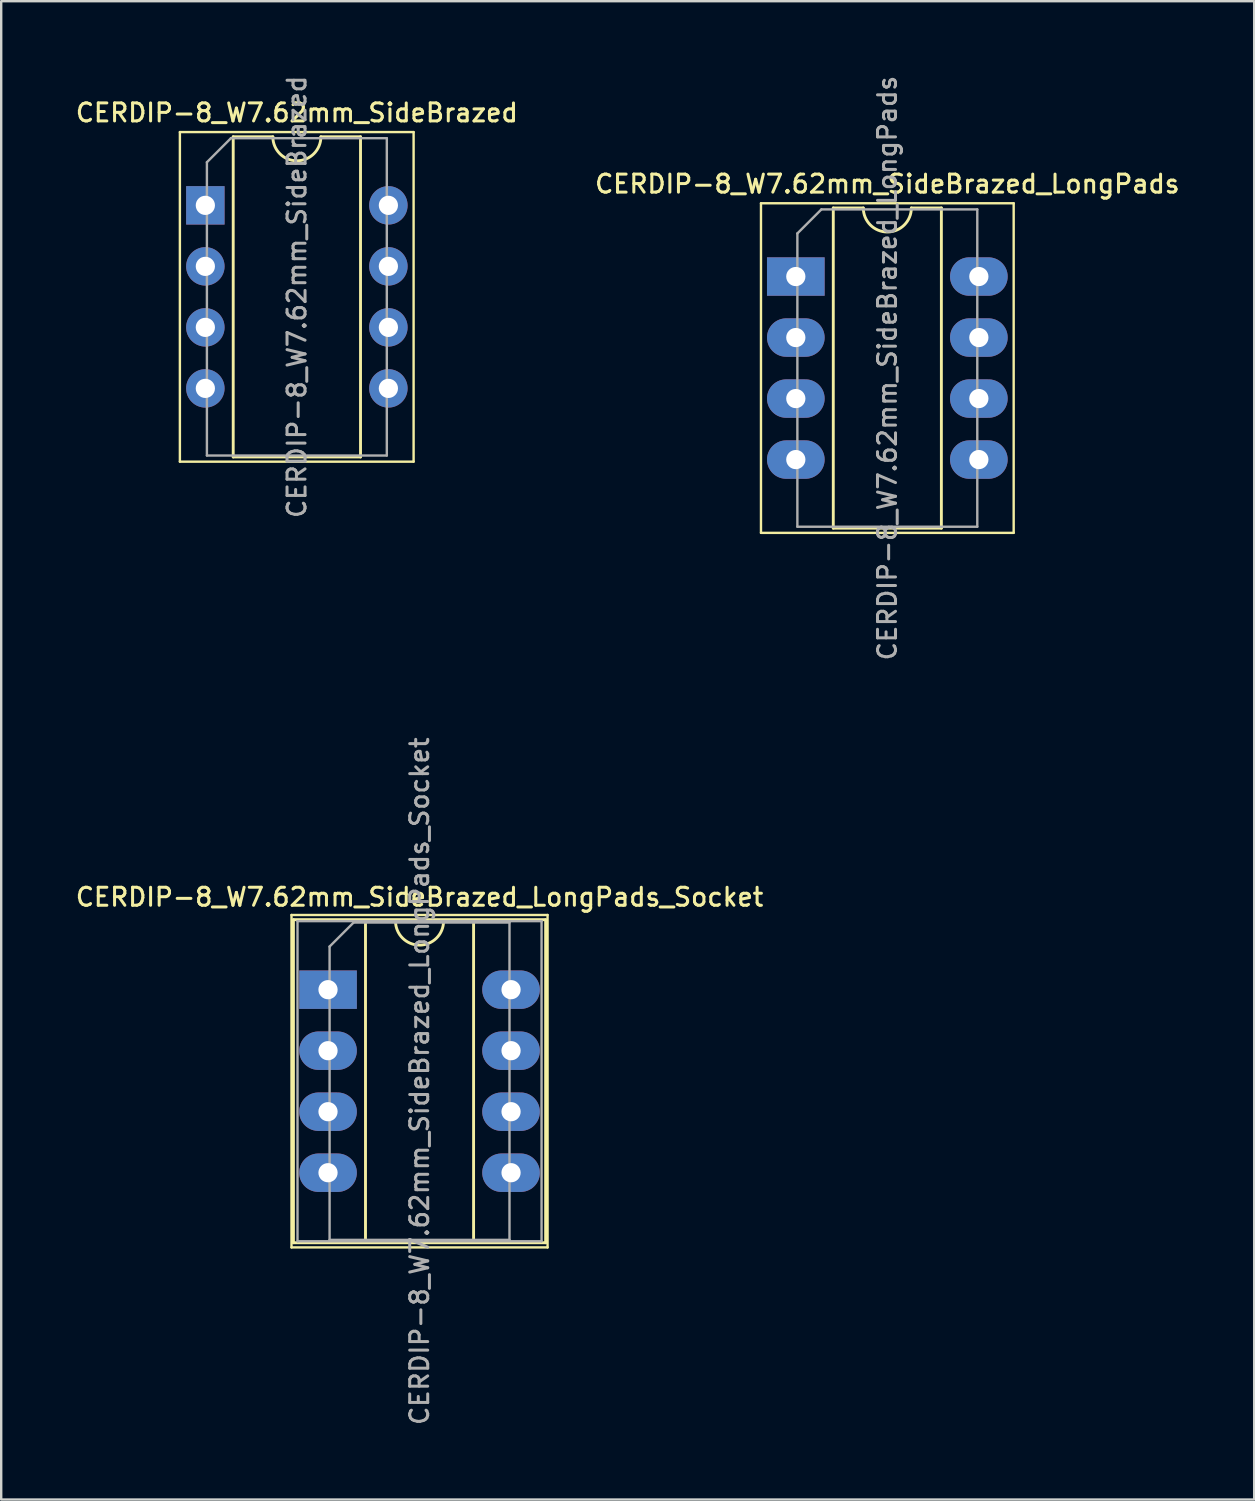
<source format=kicad_pcb>
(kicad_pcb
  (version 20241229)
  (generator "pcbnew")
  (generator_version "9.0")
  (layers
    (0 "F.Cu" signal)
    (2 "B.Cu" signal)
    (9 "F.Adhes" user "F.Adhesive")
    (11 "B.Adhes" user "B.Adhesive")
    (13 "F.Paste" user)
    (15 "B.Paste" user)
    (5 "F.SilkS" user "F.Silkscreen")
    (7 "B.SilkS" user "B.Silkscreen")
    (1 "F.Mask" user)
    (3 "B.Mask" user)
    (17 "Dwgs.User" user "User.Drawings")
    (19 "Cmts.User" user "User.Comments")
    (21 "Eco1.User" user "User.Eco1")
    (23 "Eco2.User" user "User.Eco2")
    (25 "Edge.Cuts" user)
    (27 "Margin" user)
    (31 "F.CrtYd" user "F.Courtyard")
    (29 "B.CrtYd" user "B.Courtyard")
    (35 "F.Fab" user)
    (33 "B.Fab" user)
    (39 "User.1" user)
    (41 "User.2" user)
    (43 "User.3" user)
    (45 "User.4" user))
  (footprint "CERDIP-8_W7.62mm_SideBrazed_LongPads_Socket"
    (layer "F.Cu")
    (at 10.606 38.152)
    (property "Reference" "CERDIP-8_W7.62mm_SideBrazed_LongPads_Socket" (at 3.81 -3.855 0) (layer "F.SilkS") (effects (font (size 0.75 0.75) (thickness 0.125))))
    (attr through_hole)
    (fp_line (start -1.52 -3.11) (end -1.52 10.73) (stroke (width 0.1) (type solid)) (layer "F.SilkS"))
    (fp_line (start -1.52 10.73) (end 9.14 10.73) (stroke (width 0.1) (type solid)) (layer "F.SilkS"))
    (fp_line (start -1.44 -2.915) (end -1.44 10.535) (stroke (width 0.12) (type solid)) (layer "F.SilkS"))
    (fp_line (start -1.44 10.535) (end 9.06 10.535) (stroke (width 0.12) (type solid)) (layer "F.SilkS"))
    (fp_line (start 1.56 -2.855) (end 1.56 10.475) (stroke (width 0.12) (type solid)) (layer "F.SilkS"))
    (fp_line (start 1.56 10.475) (end 6.06 10.475) (stroke (width 0.12) (type solid)) (layer "F.SilkS"))
    (fp_line (start 2.81 -2.855) (end 1.56 -2.855) (stroke (width 0.12) (type solid)) (layer "F.SilkS"))
    (fp_line (start 6.06 -2.855) (end 4.81 -2.855) (stroke (width 0.12) (type solid)) (layer "F.SilkS"))
    (fp_line (start 6.06 10.475) (end 6.06 -2.855) (stroke (width 0.12) (type solid)) (layer "F.SilkS"))
    (fp_line (start 9.06 -2.915) (end -1.44 -2.915) (stroke (width 0.12) (type solid)) (layer "F.SilkS"))
    (fp_line (start 9.06 10.535) (end 9.06 -2.915) (stroke (width 0.12) (type solid)) (layer "F.SilkS"))
    (fp_line (start 9.14 -3.11) (end -1.52 -3.11) (stroke (width 0.1) (type solid)) (layer "F.SilkS"))
    (fp_line (start 9.14 10.73) (end 9.14 -3.11) (stroke (width 0.1) (type solid)) (layer "F.SilkS"))
    (fp_arc (start 4.81 -2.855) (mid 3.81 -1.855) (end 2.81 -2.855) (stroke (width 0.12) (type solid)) (layer "F.SilkS"))
    (fp_line (start -1.27 -2.855) (end -1.27 10.475) (stroke (width 0.1) (type solid)) (layer "F.Fab"))
    (fp_line (start -1.27 10.475) (end 8.89 10.475) (stroke (width 0.1) (type solid)) (layer "F.Fab"))
    (fp_line (start 0.065 -1.795) (end 1.065 -2.795) (stroke (width 0.1) (type solid)) (layer "F.Fab"))
    (fp_line (start 0.065 10.415) (end 0.065 -1.795) (stroke (width 0.1) (type solid)) (layer "F.Fab"))
    (fp_line (start 1.065 -2.795) (end 7.555 -2.795) (stroke (width 0.1) (type solid)) (layer "F.Fab"))
    (fp_line (start 7.555 -2.795) (end 7.555 10.415) (stroke (width 0.1) (type solid)) (layer "F.Fab"))
    (fp_line (start 7.555 10.415) (end 0.065 10.415) (stroke (width 0.1) (type solid)) (layer "F.Fab"))
    (fp_line (start 8.89 -2.855) (end -1.27 -2.855) (stroke (width 0.1) (type solid)) (layer "F.Fab"))
    (fp_line (start 8.89 10.475) (end 8.89 -2.855) (stroke (width 0.1) (type solid)) (layer "F.Fab"))
    (fp_text user "${REFERENCE}" (at 3.81 3.81 90) (layer "F.Fab") (effects (font (size 0.75 0.75) (thickness 0.125))))
    (pad "1" thru_hole rect (at 0 0) (size 2.4 1.6) (drill 0.8) (layers "*.Cu" "*.Mask"))
    (pad "2" thru_hole oval (at 0 2.54) (size 2.4 1.6) (drill 0.8) (layers "*.Cu" "*.Mask"))
    (pad "3" thru_hole oval (at 0 5.08) (size 2.4 1.6) (drill 0.8) (layers "*.Cu" "*.Mask"))
    (pad "4" thru_hole oval (at 0 7.62) (size 2.4 1.6) (drill 0.8) (layers "*.Cu" "*.Mask"))
    (pad "5" thru_hole oval (at 7.62 7.62) (size 2.4 1.6) (drill 0.8) (layers "*.Cu" "*.Mask"))
    (pad "6" thru_hole oval (at 7.62 5.08) (size 2.4 1.6) (drill 0.8) (layers "*.Cu" "*.Mask"))
    (pad "7" thru_hole oval (at 7.62 2.54) (size 2.4 1.6) (drill 0.8) (layers "*.Cu" "*.Mask"))
    (pad "8" thru_hole oval (at 7.62 0) (size 2.4 1.6) (drill 0.8) (layers "*.Cu" "*.Mask")))
  (footprint "CERDIP-8_W7.62mm_SideBrazed"
    (layer "F.Cu")
    (at 5.499 5.499)
    (property "Reference" "CERDIP-8_W7.62mm_SideBrazed" (at 3.81 -3.855 0) (layer "F.SilkS") (effects (font (size 0.75 0.75) (thickness 0.125))))
    (attr through_hole)
    (fp_line (start -1.06 -3.05) (end -1.06 10.67) (stroke (width 0.1) (type solid)) (layer "F.SilkS"))
    (fp_line (start -1.06 10.67) (end 8.67 10.67) (stroke (width 0.1) (type solid)) (layer "F.SilkS"))
    (fp_line (start 1.16 -2.855) (end 1.16 10.475) (stroke (width 0.12) (type solid)) (layer "F.SilkS"))
    (fp_line (start 1.16 10.475) (end 6.46 10.475) (stroke (width 0.12) (type solid)) (layer "F.SilkS"))
    (fp_line (start 2.81 -2.855) (end 1.16 -2.855) (stroke (width 0.12) (type solid)) (layer "F.SilkS"))
    (fp_line (start 6.46 -2.855) (end 4.81 -2.855) (stroke (width 0.12) (type solid)) (layer "F.SilkS"))
    (fp_line (start 6.46 10.475) (end 6.46 -2.855) (stroke (width 0.12) (type solid)) (layer "F.SilkS"))
    (fp_line (start 8.67 -3.05) (end -1.06 -3.05) (stroke (width 0.1) (type solid)) (layer "F.SilkS"))
    (fp_line (start 8.67 10.67) (end 8.67 -3.05) (stroke (width 0.1) (type solid)) (layer "F.SilkS"))
    (fp_arc (start 4.81 -2.855) (mid 3.81 -1.855) (end 2.81 -2.855) (stroke (width 0.12) (type solid)) (layer "F.SilkS"))
    (fp_line (start 0.065 -1.795) (end 1.065 -2.795) (stroke (width 0.1) (type solid)) (layer "F.Fab"))
    (fp_line (start 0.065 10.415) (end 0.065 -1.795) (stroke (width 0.1) (type solid)) (layer "F.Fab"))
    (fp_line (start 1.065 -2.795) (end 7.555 -2.795) (stroke (width 0.1) (type solid)) (layer "F.Fab"))
    (fp_line (start 7.555 -2.795) (end 7.555 10.415) (stroke (width 0.1) (type solid)) (layer "F.Fab"))
    (fp_line (start 7.555 10.415) (end 0.065 10.415) (stroke (width 0.1) (type solid)) (layer "F.Fab"))
    (fp_text user "${REFERENCE}" (at 3.81 3.81 90) (layer "F.Fab") (effects (font (size 0.75 0.75) (thickness 0.125))))
    (pad "1" thru_hole rect (at 0 0) (size 1.6 1.6) (drill 0.8) (layers "*.Cu" "*.Mask"))
    (pad "2" thru_hole circle (at 0 2.54) (size 1.6 1.6) (drill 0.8) (layers "*.Cu" "*.Mask"))
    (pad "3" thru_hole circle (at 0 5.08) (size 1.6 1.6) (drill 0.8) (layers "*.Cu" "*.Mask"))
    (pad "4" thru_hole circle (at 0 7.62) (size 1.6 1.6) (drill 0.8) (layers "*.Cu" "*.Mask"))
    (pad "5" thru_hole circle (at 7.62 7.62) (size 1.6 1.6) (drill 0.8) (layers "*.Cu" "*.Mask"))
    (pad "6" thru_hole circle (at 7.62 5.08) (size 1.6 1.6) (drill 0.8) (layers "*.Cu" "*.Mask"))
    (pad "7" thru_hole circle (at 7.62 2.54) (size 1.6 1.6) (drill 0.8) (layers "*.Cu" "*.Mask"))
    (pad "8" thru_hole circle (at 7.62 0) (size 1.6 1.6) (drill 0.8) (layers "*.Cu" "*.Mask")))
  (footprint "CERDIP-8_W7.62mm_SideBrazed_LongPads"
    (layer "F.Cu")
    (at 30.081 8.463)
    (property "Reference" "CERDIP-8_W7.62mm_SideBrazed_LongPads" (at 3.81 -3.855 0) (layer "F.SilkS") (effects (font (size 0.75 0.75) (thickness 0.125))))
    (attr through_hole)
    (fp_line (start -1.45 -3.05) (end -1.45 10.67) (stroke (width 0.1) (type solid)) (layer "F.SilkS"))
    (fp_line (start -1.45 10.67) (end 9.07 10.67) (stroke (width 0.1) (type solid)) (layer "F.SilkS"))
    (fp_line (start 1.56 -2.855) (end 1.56 10.475) (stroke (width 0.12) (type solid)) (layer "F.SilkS"))
    (fp_line (start 1.56 10.475) (end 6.06 10.475) (stroke (width 0.12) (type solid)) (layer "F.SilkS"))
    (fp_line (start 2.81 -2.855) (end 1.56 -2.855) (stroke (width 0.12) (type solid)) (layer "F.SilkS"))
    (fp_line (start 6.06 -2.855) (end 4.81 -2.855) (stroke (width 0.12) (type solid)) (layer "F.SilkS"))
    (fp_line (start 6.06 10.475) (end 6.06 -2.855) (stroke (width 0.12) (type solid)) (layer "F.SilkS"))
    (fp_line (start 9.07 -3.05) (end -1.45 -3.05) (stroke (width 0.1) (type solid)) (layer "F.SilkS"))
    (fp_line (start 9.07 10.67) (end 9.07 -3.05) (stroke (width 0.1) (type solid)) (layer "F.SilkS"))
    (fp_arc (start 4.81 -2.855) (mid 3.81 -1.855) (end 2.81 -2.855) (stroke (width 0.12) (type solid)) (layer "F.SilkS"))
    (fp_line (start 0.065 -1.795) (end 1.065 -2.795) (stroke (width 0.1) (type solid)) (layer "F.Fab"))
    (fp_line (start 0.065 10.415) (end 0.065 -1.795) (stroke (width 0.1) (type solid)) (layer "F.Fab"))
    (fp_line (start 1.065 -2.795) (end 7.555 -2.795) (stroke (width 0.1) (type solid)) (layer "F.Fab"))
    (fp_line (start 7.555 -2.795) (end 7.555 10.415) (stroke (width 0.1) (type solid)) (layer "F.Fab"))
    (fp_line (start 7.555 10.415) (end 0.065 10.415) (stroke (width 0.1) (type solid)) (layer "F.Fab"))
    (fp_text user "${REFERENCE}" (at 3.81 3.81 90) (layer "F.Fab") (effects (font (size 0.75 0.75) (thickness 0.125))))
    (pad "1" thru_hole rect (at 0 0) (size 2.4 1.6) (drill 0.8) (layers "*.Cu" "*.Mask"))
    (pad "2" thru_hole oval (at 0 2.54) (size 2.4 1.6) (drill 0.8) (layers "*.Cu" "*.Mask"))
    (pad "3" thru_hole oval (at 0 5.08) (size 2.4 1.6) (drill 0.8) (layers "*.Cu" "*.Mask"))
    (pad "4" thru_hole oval (at 0 7.62) (size 2.4 1.6) (drill 0.8) (layers "*.Cu" "*.Mask"))
    (pad "5" thru_hole oval (at 7.62 7.62) (size 2.4 1.6) (drill 0.8) (layers "*.Cu" "*.Mask"))
    (pad "6" thru_hole oval (at 7.62 5.08) (size 2.4 1.6) (drill 0.8) (layers "*.Cu" "*.Mask"))
    (pad "7" thru_hole oval (at 7.62 2.54) (size 2.4 1.6) (drill 0.8) (layers "*.Cu" "*.Mask"))
    (pad "8" thru_hole oval (at 7.62 0) (size 2.4 1.6) (drill 0.8) (layers "*.Cu" "*.Mask")))
  (gr_rect
    (start -3 -3)
    (end 49.164 59.379)
    (stroke (width 0.1) (type default))
    (fill no)
    (layer "Edge.Cuts")))
</source>
